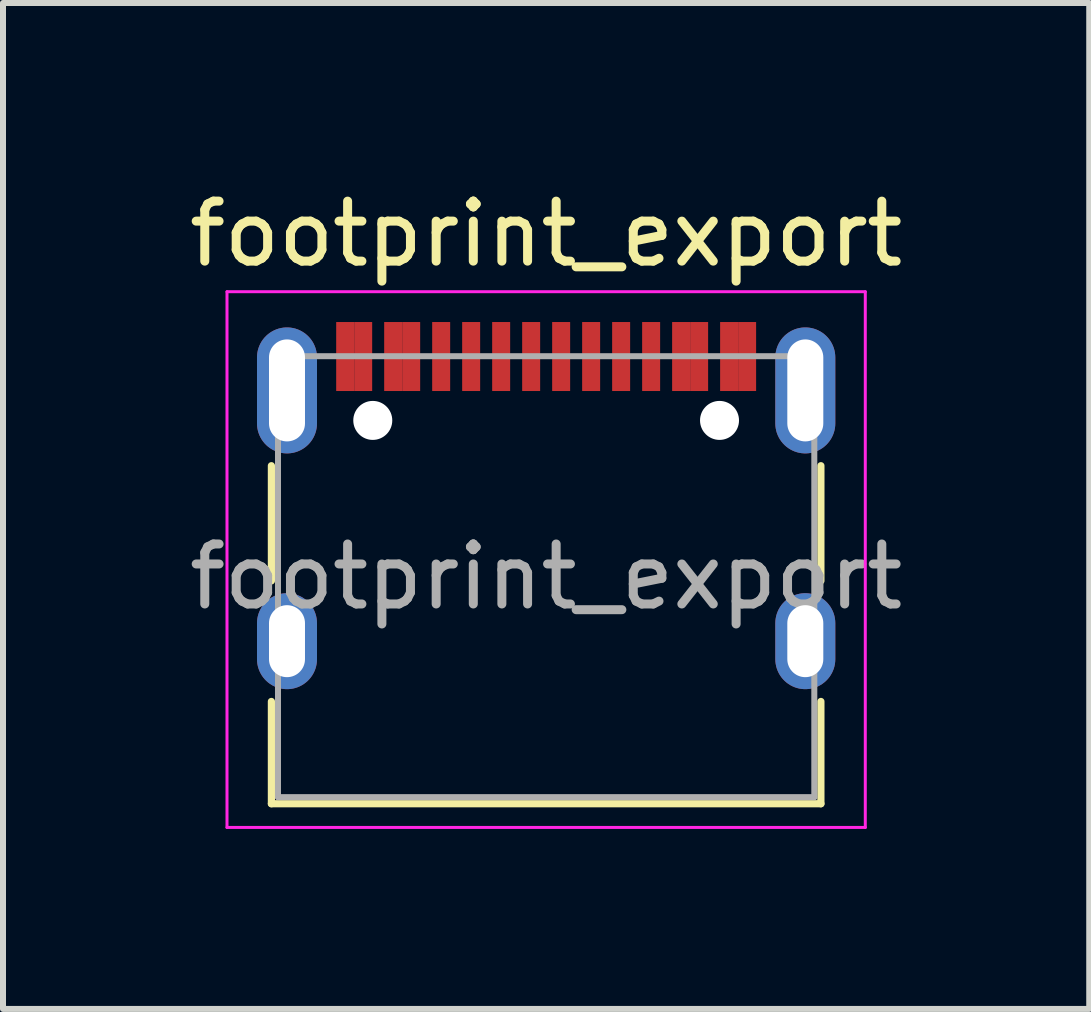
<source format=kicad_pcb>
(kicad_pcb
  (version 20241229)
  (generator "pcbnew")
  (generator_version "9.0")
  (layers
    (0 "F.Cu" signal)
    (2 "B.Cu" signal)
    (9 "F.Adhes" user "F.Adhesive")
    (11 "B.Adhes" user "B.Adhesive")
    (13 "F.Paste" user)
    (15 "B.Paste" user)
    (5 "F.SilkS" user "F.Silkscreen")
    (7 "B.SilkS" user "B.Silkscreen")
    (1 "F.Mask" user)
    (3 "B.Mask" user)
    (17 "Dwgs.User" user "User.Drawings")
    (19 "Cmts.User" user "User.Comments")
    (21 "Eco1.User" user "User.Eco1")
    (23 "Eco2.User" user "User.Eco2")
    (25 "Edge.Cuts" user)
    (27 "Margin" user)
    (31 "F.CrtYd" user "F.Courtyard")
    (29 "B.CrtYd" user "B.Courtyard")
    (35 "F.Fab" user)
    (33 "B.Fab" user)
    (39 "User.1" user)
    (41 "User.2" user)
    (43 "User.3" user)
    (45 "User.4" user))
  (footprint "footprint_export"
    (layer "F.Cu")
    (at 6.054 6.563)
    (property "Reference" "footprint_export" (at 0 -5.715 0) (layer "F.SilkS") (effects (font (size 1 1) (thickness 0.15))))
    (attr smd)
    (fp_line (start -4.58 -1.85) (end -4.58 0.07) (stroke (width 0.12) (type solid)) (layer "F.SilkS"))
    (fp_line (start -4.58 3.785) (end -4.58 2.08) (stroke (width 0.12) (type solid)) (layer "F.SilkS"))
    (fp_line (start 4.58 0.07) (end 4.58 -1.85) (stroke (width 0.12) (type solid)) (layer "F.SilkS"))
    (fp_line (start 4.58 2.08) (end 4.58 3.785) (stroke (width 0.12) (type solid)) (layer "F.SilkS"))
    (fp_line (start 4.58 3.785) (end -4.58 3.785) (stroke (width 0.12) (type solid)) (layer "F.SilkS"))
    (fp_line (start -5.32 -4.75) (end 5.32 -4.75) (stroke (width 0.05) (type solid)) (layer "F.CrtYd"))
    (fp_line (start -5.32 4.18) (end -5.32 -4.75) (stroke (width 0.05) (type solid)) (layer "F.CrtYd"))
    (fp_line (start 5.32 -4.75) (end 5.32 4.18) (stroke (width 0.05) (type solid)) (layer "F.CrtYd"))
    (fp_line (start 5.32 4.18) (end -5.32 4.18) (stroke (width 0.05) (type solid)) (layer "F.CrtYd"))
    (fp_line (start -4.47 -3.675) (end -4.47 3.675) (stroke (width 0.1) (type solid)) (layer "F.Fab"))
    (fp_line (start -4.47 -3.675) (end 4.47 -3.675) (stroke (width 0.1) (type solid)) (layer "F.Fab"))
    (fp_line (start -4.47 3.675) (end 4.47 3.675) (stroke (width 0.1) (type solid)) (layer "F.Fab"))
    (fp_line (start 4.47 3.675) (end 4.47 -3.675) (stroke (width 0.1) (type solid)) (layer "F.Fab"))
    (fp_text user "${REFERENCE}" (at 0 0 0) (layer "F.Fab") (effects (font (size 1 1) (thickness 0.15))))
    (pad "" np_thru_hole circle (at -2.89 -2.605) (size 0.65 0.65) (drill 0.65) (layers "*.Cu" "*.Mask"))
    (pad "" np_thru_hole circle (at 2.89 -2.605) (size 0.65 0.65) (drill 0.65) (layers "*.Cu" "*.Mask"))
    (pad "A1" smd rect (at -3.35 -3.67) (size 0.3 1.15) (layers "F.Cu" "F.Mask" "F.Paste"))
    (pad "A4" smd rect (at -2.55 -3.67) (size 0.3 1.15) (layers "F.Cu" "F.Mask" "F.Paste"))
    (pad "A5" smd rect (at -1.25 -3.67) (size 0.3 1.15) (layers "F.Cu" "F.Mask" "F.Paste"))
    (pad "A6" smd rect (at -0.25 -3.67) (size 0.3 1.15) (layers "F.Cu" "F.Mask" "F.Paste"))
    (pad "A7" smd rect (at 0.25 -3.67) (size 0.3 1.15) (layers "F.Cu" "F.Mask" "F.Paste"))
    (pad "A8" smd rect (at 1.25 -3.67) (size 0.3 1.15) (layers "F.Cu" "F.Mask" "F.Paste"))
    (pad "A9" smd rect (at 2.55 -3.67) (size 0.3 1.15) (layers "F.Cu" "F.Mask" "F.Paste"))
    (pad "A12" smd rect (at 3.35 -3.67) (size 0.3 1.15) (layers "F.Cu" "F.Mask" "F.Paste"))
    (pad "B1" smd rect (at 3.05 -3.67) (size 0.3 1.15) (layers "F.Cu" "F.Mask" "F.Paste"))
    (pad "B4" smd rect (at 2.25 -3.67) (size 0.3 1.15) (layers "F.Cu" "F.Mask" "F.Paste"))
    (pad "B5" smd rect (at 1.75 -3.67) (size 0.3 1.15) (layers "F.Cu" "F.Mask" "F.Paste"))
    (pad "B6" smd rect (at 0.75 -3.67) (size 0.3 1.15) (layers "F.Cu" "F.Mask" "F.Paste"))
    (pad "B7" smd rect (at -0.75 -3.67) (size 0.3 1.15) (layers "F.Cu" "F.Mask" "F.Paste"))
    (pad "B8" smd rect (at -1.75 -3.67) (size 0.3 1.15) (layers "F.Cu" "F.Mask" "F.Paste"))
    (pad "B9" smd rect (at -2.25 -3.67) (size 0.3 1.15) (layers "F.Cu" "F.Mask" "F.Paste"))
    (pad "B12" smd rect (at -3.05 -3.67) (size 0.3 1.15) (layers "F.Cu" "F.Mask" "F.Paste"))
    (pad "S1" thru_hole oval (at -4.32 -3.105) (size 1 2.1) (drill oval 0.6 1.7) (layers "*.Cu" "*.Mask"))
    (pad "S1" thru_hole oval (at -4.32 1.075) (size 1 1.6) (drill oval 0.6 1.2) (layers "*.Cu" "*.Mask"))
    (pad "S1" thru_hole oval (at 4.32 -3.105) (size 1 2.1) (drill oval 0.6 1.7) (layers "*.Cu" "*.Mask"))
    (pad "S1" thru_hole oval (at 4.32 1.075) (size 1 1.6) (drill oval 0.6 1.2) (layers "*.Cu" "*.Mask")))
  (gr_rect
    (start -3 -3)
    (end 15.107 13.768)
    (stroke (width 0.1) (type default))
    (fill no)
    (layer "Edge.Cuts")))
</source>
